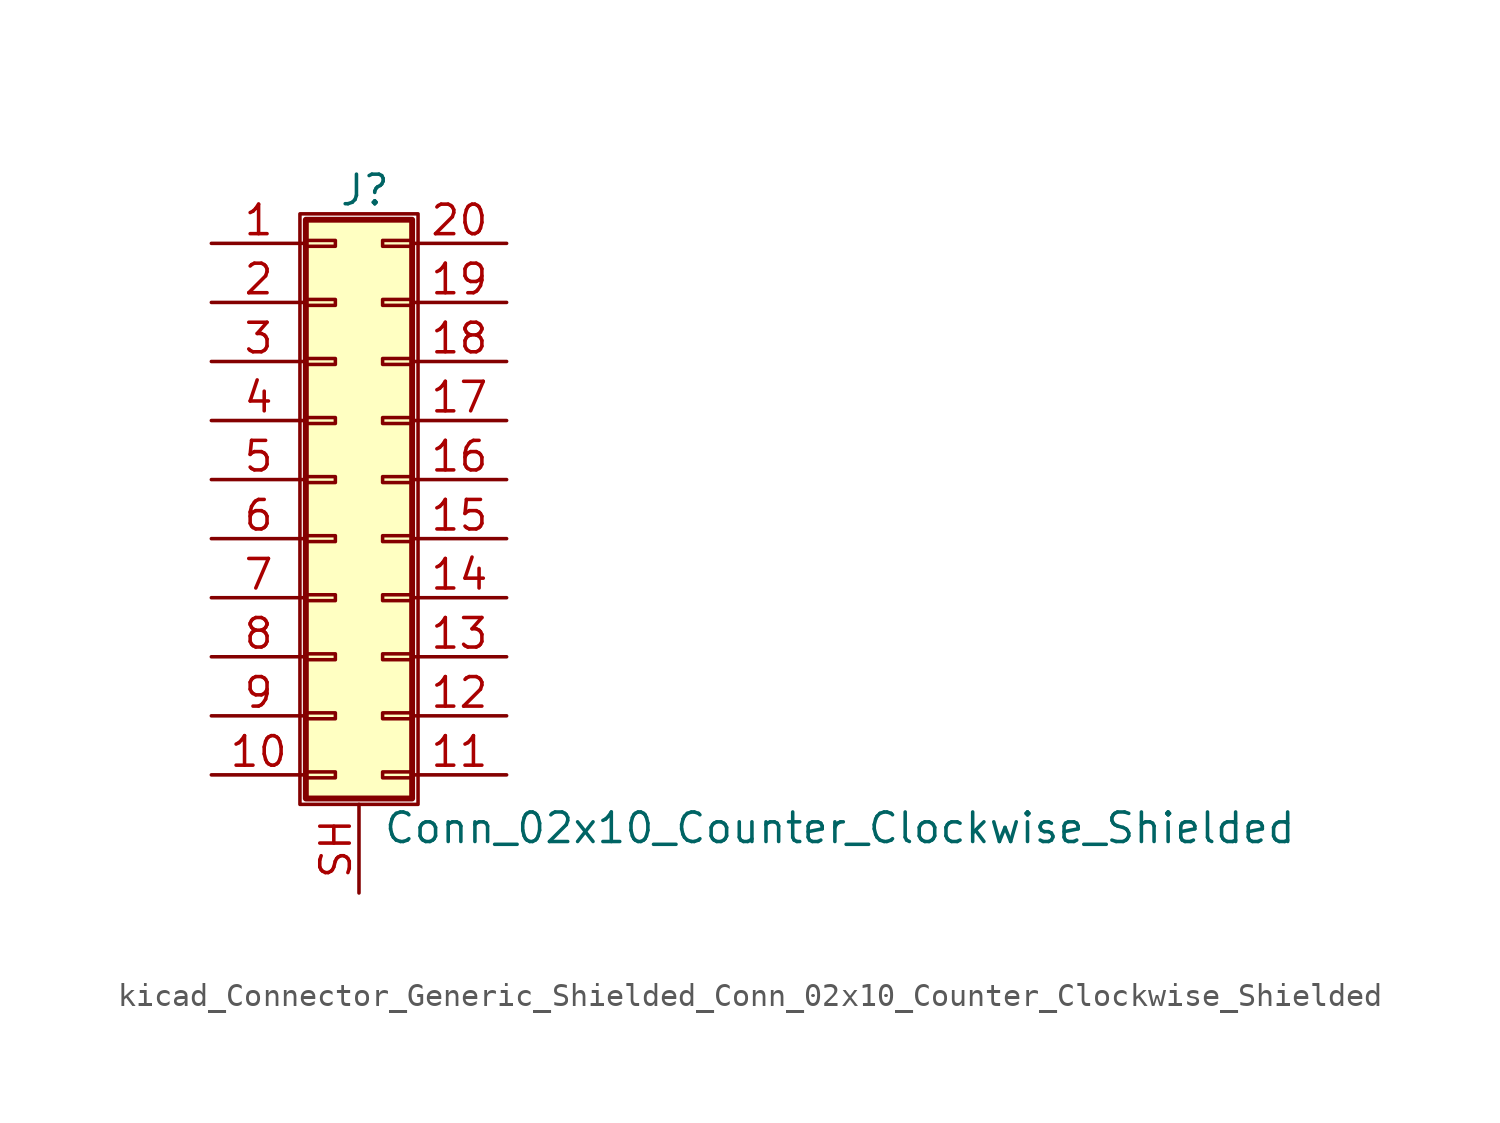
<source format=kicad_sym>
(kicad_symbol_lib
  (version 20220914)
  (generator kicad_symbol_editor)
  (symbol "kicad_Connector_Generic_Shielded_Conn_02x10_Counter_Clockwise_Shielded"
    (pin_names
      (offset 1.016) hide)
    (property "Reference" "J"
      (at 1.524 12.446 0)
      (effects (font (size 1.27 1.27))))
    (property "Value" "Conn_02x10_Counter_Clockwise_Shielded"
      (at 2.286 -14.986 0)
      (effects (font (size 1.27 1.27)) (justify left)))
    (symbol "kicad_Connector_Generic_Shielded_Conn_02x10_Counter_Clockwise_Shielded_1_1"
      (rectangle (start -1.27 11.43) (end 3.81 -13.97) (stroke (width 0.152) (type default)) (fill (type none)))
      (rectangle (start -1.016 -12.573) (end 0.254 -12.827) (stroke (width 0.152) (type default)) (fill (type none)))
      (rectangle (start -1.016 -10.033) (end 0.254 -10.287) (stroke (width 0.152) (type default)) (fill (type none)))
      (rectangle (start -1.016 -7.493) (end 0.254 -7.747) (stroke (width 0.152) (type default)) (fill (type none)))
      (rectangle (start -1.016 -4.953) (end 0.254 -5.207) (stroke (width 0.152) (type default)) (fill (type none)))
      (rectangle (start -1.016 -2.413) (end 0.254 -2.667) (stroke (width 0.152) (type default)) (fill (type none)))
      (rectangle (start -1.016 0.127) (end 0.254 -0.127) (stroke (width 0.152) (type default)) (fill (type none)))
      (rectangle (start -1.016 2.667) (end 0.254 2.413) (stroke (width 0.152) (type default)) (fill (type none)))
      (rectangle (start -1.016 5.207) (end 0.254 4.953) (stroke (width 0.152) (type default)) (fill (type none)))
      (rectangle (start -1.016 7.747) (end 0.254 7.493) (stroke (width 0.152) (type default)) (fill (type none)))
      (rectangle (start -1.016 10.287) (end 0.254 10.033) (stroke (width 0.152) (type default)) (fill (type none)))
      (rectangle (start -1.016 11.176) (end 3.556 -13.716) (stroke (width 0.254) (type default)) (fill (type background)))
      (rectangle (start 3.556 -12.573) (end 2.286 -12.827) (stroke (width 0.152) (type default)) (fill (type none)))
      (rectangle (start 3.556 -10.033) (end 2.286 -10.287) (stroke (width 0.152) (type default)) (fill (type none)))
      (rectangle (start 3.556 -7.493) (end 2.286 -7.747) (stroke (width 0.152) (type default)) (fill (type none)))
      (rectangle (start 3.556 -4.953) (end 2.286 -5.207) (stroke (width 0.152) (type default)) (fill (type none)))
      (rectangle (start 3.556 -2.413) (end 2.286 -2.667) (stroke (width 0.152) (type default)) (fill (type none)))
      (rectangle (start 3.556 0.127) (end 2.286 -0.127) (stroke (width 0.152) (type default)) (fill (type none)))
      (rectangle (start 3.556 2.667) (end 2.286 2.413) (stroke (width 0.152) (type default)) (fill (type none)))
      (rectangle (start 3.556 5.207) (end 2.286 4.953) (stroke (width 0.152) (type default)) (fill (type none)))
      (rectangle (start 3.556 7.747) (end 2.286 7.493) (stroke (width 0.152) (type default)) (fill (type none)))
      (rectangle (start 3.556 10.287) (end 2.286 10.033) (stroke (width 0.152) (type default)) (fill (type none)))
      (pin passive line (at -5.08 10.16 0) (length 4.064) (name "Pin_1" (effects (font (size 1.27 1.27)))) (number "1" (effects (font (size 1.27 1.27)))))
      (pin passive line (at -5.08 -12.7 0) (length 4.064) (name "Pin_10" (effects (font (size 1.27 1.27)))) (number "10" (effects (font (size 1.27 1.27)))))
      (pin passive line (at 7.62 -12.7 180) (length 4.064) (name "Pin_11" (effects (font (size 1.27 1.27)))) (number "11" (effects (font (size 1.27 1.27)))))
      (pin passive line (at 7.62 -10.16 180) (length 4.064) (name "Pin_12" (effects (font (size 1.27 1.27)))) (number "12" (effects (font (size 1.27 1.27)))))
      (pin passive line (at 7.62 -7.62 180) (length 4.064) (name "Pin_13" (effects (font (size 1.27 1.27)))) (number "13" (effects (font (size 1.27 1.27)))))
      (pin passive line (at 7.62 -5.08 180) (length 4.064) (name "Pin_14" (effects (font (size 1.27 1.27)))) (number "14" (effects (font (size 1.27 1.27)))))
      (pin passive line (at 7.62 -2.54 180) (length 4.064) (name "Pin_15" (effects (font (size 1.27 1.27)))) (number "15" (effects (font (size 1.27 1.27)))))
      (pin passive line (at 7.62 0 180) (length 4.064) (name "Pin_16" (effects (font (size 1.27 1.27)))) (number "16" (effects (font (size 1.27 1.27)))))
      (pin passive line (at 7.62 2.54 180) (length 4.064) (name "Pin_17" (effects (font (size 1.27 1.27)))) (number "17" (effects (font (size 1.27 1.27)))))
      (pin passive line (at 7.62 5.08 180) (length 4.064) (name "Pin_18" (effects (font (size 1.27 1.27)))) (number "18" (effects (font (size 1.27 1.27)))))
      (pin passive line (at 7.62 7.62 180) (length 4.064) (name "Pin_19" (effects (font (size 1.27 1.27)))) (number "19" (effects (font (size 1.27 1.27)))))
      (pin passive line (at -5.08 7.62 0) (length 4.064) (name "Pin_2" (effects (font (size 1.27 1.27)))) (number "2" (effects (font (size 1.27 1.27)))))
      (pin passive line (at 7.62 10.16 180) (length 4.064) (name "Pin_20" (effects (font (size 1.27 1.27)))) (number "20" (effects (font (size 1.27 1.27)))))
      (pin passive line (at -5.08 5.08 0) (length 4.064) (name "Pin_3" (effects (font (size 1.27 1.27)))) (number "3" (effects (font (size 1.27 1.27)))))
      (pin passive line (at -5.08 2.54 0) (length 4.064) (name "Pin_4" (effects (font (size 1.27 1.27)))) (number "4" (effects (font (size 1.27 1.27)))))
      (pin passive line (at -5.08 0 0) (length 4.064) (name "Pin_5" (effects (font (size 1.27 1.27)))) (number "5" (effects (font (size 1.27 1.27)))))
      (pin passive line (at -5.08 -2.54 0) (length 4.064) (name "Pin_6" (effects (font (size 1.27 1.27)))) (number "6" (effects (font (size 1.27 1.27)))))
      (pin passive line (at -5.08 -5.08 0) (length 4.064) (name "Pin_7" (effects (font (size 1.27 1.27)))) (number "7" (effects (font (size 1.27 1.27)))))
      (pin passive line (at -5.08 -7.62 0) (length 4.064) (name "Pin_8" (effects (font (size 1.27 1.27)))) (number "8" (effects (font (size 1.27 1.27)))))
      (pin passive line (at -5.08 -10.16 0) (length 4.064) (name "Pin_9" (effects (font (size 1.27 1.27)))) (number "9" (effects (font (size 1.27 1.27)))))
      (pin passive line (at 1.27 -17.78 90) (length 3.81) (name "Shield" (effects (font (size 1.27 1.27)))) (number "SH" (effects (font (size 1.27 1.27))))))))
</source>
